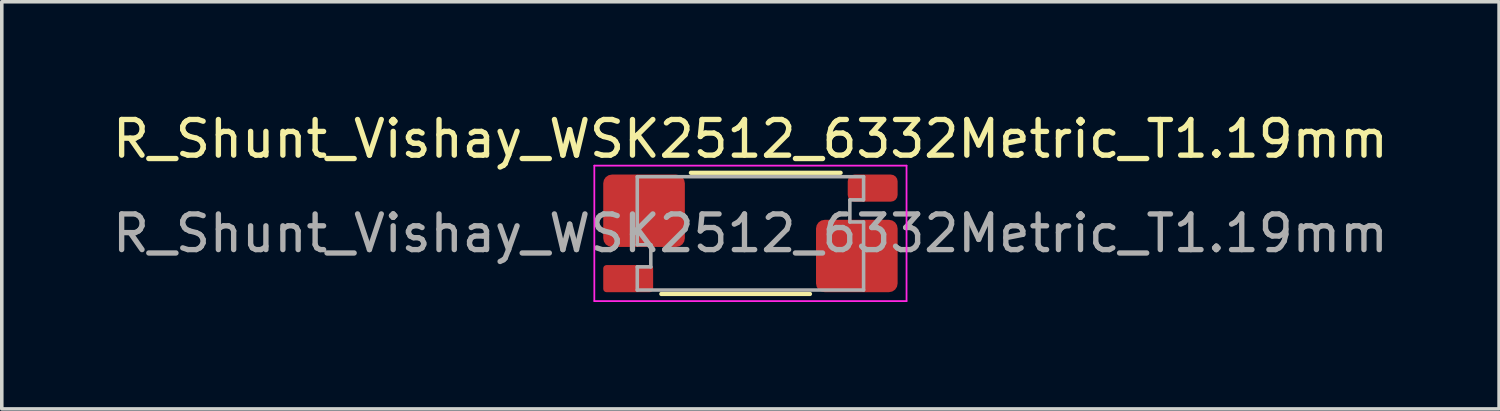
<source format=kicad_pcb>
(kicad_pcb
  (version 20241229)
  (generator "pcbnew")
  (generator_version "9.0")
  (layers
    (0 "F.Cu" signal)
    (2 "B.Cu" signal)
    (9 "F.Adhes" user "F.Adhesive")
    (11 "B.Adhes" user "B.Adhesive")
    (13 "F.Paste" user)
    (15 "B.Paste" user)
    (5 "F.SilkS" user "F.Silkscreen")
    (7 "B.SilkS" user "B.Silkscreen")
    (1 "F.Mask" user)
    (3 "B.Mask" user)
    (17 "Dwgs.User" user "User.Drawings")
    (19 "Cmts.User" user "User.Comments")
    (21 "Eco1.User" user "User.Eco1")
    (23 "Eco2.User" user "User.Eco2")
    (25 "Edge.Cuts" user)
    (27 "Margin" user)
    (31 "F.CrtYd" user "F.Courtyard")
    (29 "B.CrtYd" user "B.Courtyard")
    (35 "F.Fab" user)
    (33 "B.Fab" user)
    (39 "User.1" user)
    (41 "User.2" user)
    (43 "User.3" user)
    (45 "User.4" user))
  (footprint "R_Shunt_Vishay_WSK2512_6332Metric_T1.19mm"
    (layer "F.Cu")
    (at 18.006 3.498)
    (property "Reference" "R_Shunt_Vishay_WSK2512_6332Metric_T1.19mm" (at 0 -2.65 0) (layer "F.SilkS") (effects (font (size 1 1) (thickness 0.15))))
    (attr smd)
    (fp_line (start -2.5 1.7) (end 1.67 1.7) (stroke (width 0.12) (type solid)) (layer "F.SilkS"))
    (fp_line (start -1.67 -1.7) (end 2.53 -1.7) (stroke (width 0.12) (type solid)) (layer "F.SilkS"))
    (fp_line (start -4.38 -1.9) (end 4.38 -1.9) (stroke (width 0.05) (type solid)) (layer "F.CrtYd"))
    (fp_line (start -4.38 1.9) (end -4.38 -1.9) (stroke (width 0.05) (type solid)) (layer "F.CrtYd"))
    (fp_line (start 4.38 -1.9) (end 4.38 1.9) (stroke (width 0.05) (type solid)) (layer "F.CrtYd"))
    (fp_line (start 4.38 1.9) (end -4.38 1.9) (stroke (width 0.05) (type solid)) (layer "F.CrtYd"))
    (fp_line (start -3.175 -1.59) (end 3.175 -1.59) (stroke (width 0.1) (type solid)) (layer "F.Fab"))
    (fp_line (start -3.175 0.32) (end -3.175 -1.59) (stroke (width 0.1) (type solid)) (layer "F.Fab"))
    (fp_line (start -3.175 0.32) (end -2.795 0.32) (stroke (width 0.1) (type solid)) (layer "F.Fab"))
    (fp_line (start -3.175 0.94) (end -3.175 1.59) (stroke (width 0.1) (type solid)) (layer "F.Fab"))
    (fp_line (start -3.175 0.94) (end -2.795 0.94) (stroke (width 0.1) (type solid)) (layer "F.Fab"))
    (fp_line (start -2.795 0.94) (end -2.795 0.32) (stroke (width 0.1) (type solid)) (layer "F.Fab"))
    (fp_line (start 2.79 -0.94) (end 3.17 -0.94) (stroke (width 0.1) (type solid)) (layer "F.Fab"))
    (fp_line (start 2.79 -0.32) (end 2.79 -0.94) (stroke (width 0.1) (type solid)) (layer "F.Fab"))
    (fp_line (start 2.79 -0.32) (end 3.17 -0.32) (stroke (width 0.1) (type solid)) (layer "F.Fab"))
    (fp_line (start 3.175 -0.94) (end 3.175 -1.59) (stroke (width 0.1) (type solid)) (layer "F.Fab"))
    (fp_line (start 3.175 -0.32) (end 3.175 1.59) (stroke (width 0.1) (type solid)) (layer "F.Fab"))
    (fp_line (start 3.175 1.59) (end -3.175 1.59) (stroke (width 0.1) (type solid)) (layer "F.Fab"))
    (fp_text user "${REFERENCE}" (at 0 0 0) (layer "F.Fab") (effects (font (size 1 1) (thickness 0.15))))
    (pad "E1" smd roundrect (at -3.43 1.27) (size 1.4 0.76) (layers "F.Cu" "F.Mask" "F.Paste") (roundrect_rratio 0.12))
    (pad "E2" smd roundrect (at 3.43 -1.27) (size 1.4 0.76) (layers "F.Cu" "F.Mask" "F.Paste") (roundrect_rratio 0.25))
    (pad "I1" smd roundrect (at -2.985 -0.635) (size 2.29 2.03) (layers "F.Cu" "F.Mask" "F.Paste") (roundrect_rratio 0.12))
    (pad "I2" smd roundrect (at 2.985 0.635) (size 2.29 2.03) (layers "F.Cu" "F.Mask" "F.Paste") (roundrect_rratio 0.12)))
  (gr_rect
    (start -3 -3)
    (end 39.012 8.423)
    (stroke (width 0.1) (type default))
    (fill no)
    (layer "Edge.Cuts")))
</source>
